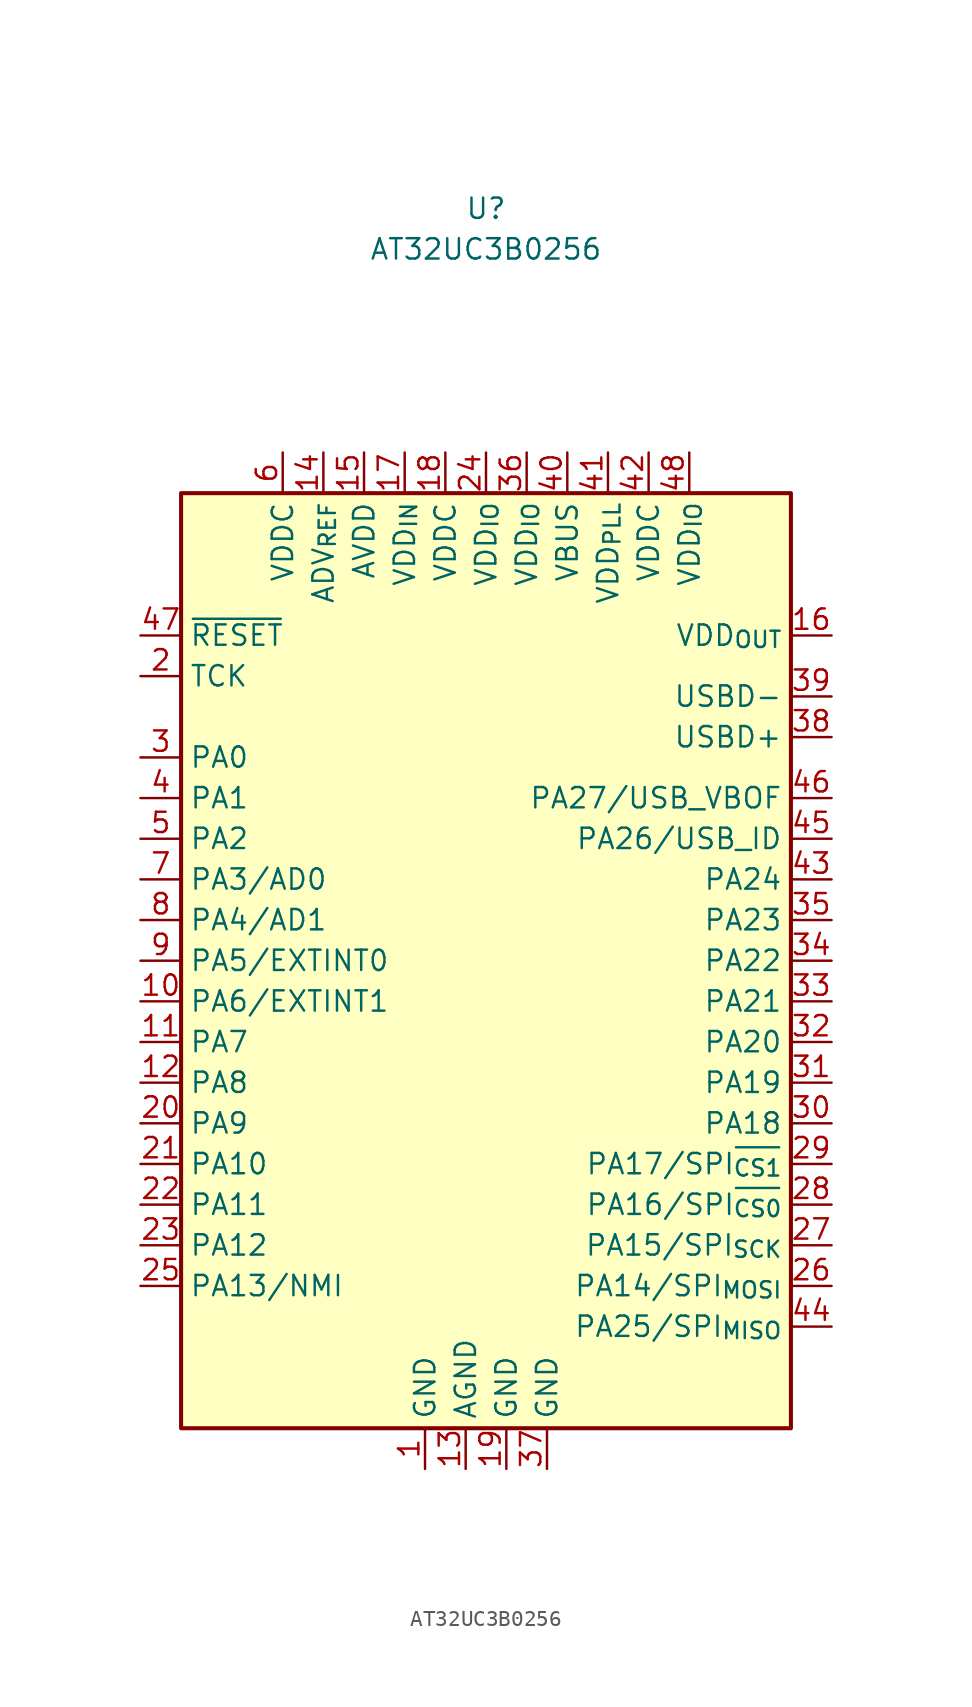
<source format=kicad_sym>
(kicad_symbol_lib
  (version 20211014)
  (generator kicad_symbol_editor)
  (symbol "AT32UC3B0256"
    (property "Reference" "U"
      (at 0 48.26 0)
      (effects (font (size 1.27 1.27))))
    (property "Value" "AT32UC3B0256"
      (at 0 45.72 0)
      (effects (font (size 1.27 1.27))))
    (symbol "AT32UC3B0256_0_1"
      (rectangle (start -19.05 30.48) (end 19.05 -27.94) (stroke (width 0.254) (type default) (color 0 0 0 0)) (fill (type background))))
    (symbol "AT32UC3B0256_1_1"
      (pin power_in line (at -3.81 -30.48 90) (length 2.54) (name "GND" (effects (font (size 1.27 1.27)))) (number "1" (effects (font (size 1.27 1.27)))))
      (pin bidirectional line (at -21.59 -1.27 0) (length 2.54) (name "PA6/EXTINT1" (effects (font (size 1.27 1.27)))) (number "10" (effects (font (size 1.27 1.27)))))
      (pin bidirectional line (at -21.59 -3.81 0) (length 2.54) (name "PA7" (effects (font (size 1.27 1.27)))) (number "11" (effects (font (size 1.27 1.27)))))
      (pin bidirectional line (at -21.59 -6.35 0) (length 2.54) (name "PA8" (effects (font (size 1.27 1.27)))) (number "12" (effects (font (size 1.27 1.27)))))
      (pin power_in line (at -1.27 -30.48 90) (length 2.54) (name "AGND" (effects (font (size 1.27 1.27)))) (number "13" (effects (font (size 1.27 1.27)))))
      (pin power_in line (at -10.16 33.02 270) (length 2.54) (name "ADV_{REF}" (effects (font (size 1.27 1.27)))) (number "14" (effects (font (size 1.27 1.27)))))
      (pin power_in line (at -7.62 33.02 270) (length 2.54) (name "AVDD" (effects (font (size 1.27 1.27)))) (number "15" (effects (font (size 1.27 1.27)))))
      (pin power_out line (at 21.59 21.59 180) (length 2.54) (name "VDD_{OUT}" (effects (font (size 1.27 1.27)))) (number "16" (effects (font (size 1.27 1.27)))))
      (pin power_in line (at -5.08 33.02 270) (length 2.54) (name "VDD_{IN}" (effects (font (size 1.27 1.27)))) (number "17" (effects (font (size 1.27 1.27)))))
      (pin power_in line (at -2.54 33.02 270) (length 2.54) (name "VDDC" (effects (font (size 1.27 1.27)))) (number "18" (effects (font (size 1.27 1.27)))))
      (pin power_in line (at 1.27 -30.48 90) (length 2.54) (name "GND" (effects (font (size 1.27 1.27)))) (number "19" (effects (font (size 1.27 1.27)))))
      (pin input line (at -21.59 19.05 0) (length 2.54) (name "TCK" (effects (font (size 1.27 1.27)))) (number "2" (effects (font (size 1.27 1.27)))))
      (pin bidirectional line (at -21.59 -8.89 0) (length 2.54) (name "PA9" (effects (font (size 1.27 1.27)))) (number "20" (effects (font (size 1.27 1.27)))))
      (pin bidirectional line (at -21.59 -11.43 0) (length 2.54) (name "PA10" (effects (font (size 1.27 1.27)))) (number "21" (effects (font (size 1.27 1.27)))))
      (pin bidirectional line (at -21.59 -13.97 0) (length 2.54) (name "PA11" (effects (font (size 1.27 1.27)))) (number "22" (effects (font (size 1.27 1.27)))))
      (pin bidirectional line (at -21.59 -16.51 0) (length 2.54) (name "PA12" (effects (font (size 1.27 1.27)))) (number "23" (effects (font (size 1.27 1.27)))))
      (pin power_in line (at 0 33.02 270) (length 2.54) (name "VDD_{IO}" (effects (font (size 1.27 1.27)))) (number "24" (effects (font (size 1.27 1.27)))))
      (pin bidirectional line (at -21.59 -19.05 0) (length 2.54) (name "PA13/NMI" (effects (font (size 1.27 1.27)))) (number "25" (effects (font (size 1.27 1.27)))))
      (pin bidirectional line (at 21.59 -19.05 180) (length 2.54) (name "PA14/SPI_{MOSI}" (effects (font (size 1.27 1.27)))) (number "26" (effects (font (size 1.27 1.27)))))
      (pin bidirectional line (at 21.59 -16.51 180) (length 2.54) (name "PA15/SPI_{SCK}" (effects (font (size 1.27 1.27)))) (number "27" (effects (font (size 1.27 1.27)))))
      (pin bidirectional line (at 21.59 -13.97 180) (length 2.54) (name "PA16/SPI_{~{CS0}}" (effects (font (size 1.27 1.27)))) (number "28" (effects (font (size 1.27 1.27)))))
      (pin bidirectional line (at 21.59 -11.43 180) (length 2.54) (name "PA17/SPI_{~{CS1}}" (effects (font (size 1.27 1.27)))) (number "29" (effects (font (size 1.27 1.27)))))
      (pin bidirectional line (at -21.59 13.97 0) (length 2.54) (name "PA0" (effects (font (size 1.27 1.27)))) (number "3" (effects (font (size 1.27 1.27)))))
      (pin bidirectional line (at 21.59 -8.89 180) (length 2.54) (name "PA18" (effects (font (size 1.27 1.27)))) (number "30" (effects (font (size 1.27 1.27)))))
      (pin bidirectional line (at 21.59 -6.35 180) (length 2.54) (name "PA19" (effects (font (size 1.27 1.27)))) (number "31" (effects (font (size 1.27 1.27)))))
      (pin bidirectional line (at 21.59 -3.81 180) (length 2.54) (name "PA20" (effects (font (size 1.27 1.27)))) (number "32" (effects (font (size 1.27 1.27)))))
      (pin bidirectional line (at 21.59 -1.27 180) (length 2.54) (name "PA21" (effects (font (size 1.27 1.27)))) (number "33" (effects (font (size 1.27 1.27)))))
      (pin bidirectional line (at 21.59 1.27 180) (length 2.54) (name "PA22" (effects (font (size 1.27 1.27)))) (number "34" (effects (font (size 1.27 1.27)))))
      (pin bidirectional line (at 21.59 3.81 180) (length 2.54) (name "PA23" (effects (font (size 1.27 1.27)))) (number "35" (effects (font (size 1.27 1.27)))))
      (pin power_in line (at 2.54 33.02 270) (length 2.54) (name "VDD_{IO}" (effects (font (size 1.27 1.27)))) (number "36" (effects (font (size 1.27 1.27)))))
      (pin power_in line (at 3.81 -30.48 90) (length 2.54) (name "GND" (effects (font (size 1.27 1.27)))) (number "37" (effects (font (size 1.27 1.27)))))
      (pin bidirectional line (at 21.59 15.24 180) (length 2.54) (name "USBD+" (effects (font (size 1.27 1.27)))) (number "38" (effects (font (size 1.27 1.27)))))
      (pin bidirectional line (at 21.59 17.78 180) (length 2.54) (name "USBD-" (effects (font (size 1.27 1.27)))) (number "39" (effects (font (size 1.27 1.27)))))
      (pin bidirectional line (at -21.59 11.43 0) (length 2.54) (name "PA1" (effects (font (size 1.27 1.27)))) (number "4" (effects (font (size 1.27 1.27)))))
      (pin power_in line (at 5.08 33.02 270) (length 2.54) (name "VBUS" (effects (font (size 1.27 1.27)))) (number "40" (effects (font (size 1.27 1.27)))))
      (pin power_in line (at 7.62 33.02 270) (length 2.54) (name "VDD_{PLL}" (effects (font (size 1.27 1.27)))) (number "41" (effects (font (size 1.27 1.27)))))
      (pin power_in line (at 10.16 33.02 270) (length 2.54) (name "VDDC" (effects (font (size 1.27 1.27)))) (number "42" (effects (font (size 1.27 1.27)))))
      (pin bidirectional line (at 21.59 6.35 180) (length 2.54) (name "PA24" (effects (font (size 1.27 1.27)))) (number "43" (effects (font (size 1.27 1.27)))))
      (pin bidirectional line (at 21.59 -21.59 180) (length 2.54) (name "PA25/SPI_{MISO}" (effects (font (size 1.27 1.27)))) (number "44" (effects (font (size 1.27 1.27)))))
      (pin bidirectional line (at 21.59 8.89 180) (length 2.54) (name "PA26/USB_ID" (effects (font (size 1.27 1.27)))) (number "45" (effects (font (size 1.27 1.27)))))
      (pin output line (at 21.59 11.43 180) (length 2.54) (name "PA27/USB_VBOF" (effects (font (size 1.27 1.27)))) (number "46" (effects (font (size 1.27 1.27)))))
      (pin input line (at -21.59 21.59 0) (length 2.54) (name "~{RESET}" (effects (font (size 1.27 1.27)))) (number "47" (effects (font (size 1.27 1.27)))))
      (pin power_in line (at 12.7 33.02 270) (length 2.54) (name "VDD_{IO}" (effects (font (size 1.27 1.27)))) (number "48" (effects (font (size 1.27 1.27)))))
      (pin bidirectional line (at -21.59 8.89 0) (length 2.54) (name "PA2" (effects (font (size 1.27 1.27)))) (number "5" (effects (font (size 1.27 1.27)))))
      (pin power_in line (at -12.7 33.02 270) (length 2.54) (name "VDDC" (effects (font (size 1.27 1.27)))) (number "6" (effects (font (size 1.27 1.27)))))
      (pin bidirectional line (at -21.59 6.35 0) (length 2.54) (name "PA3/AD0" (effects (font (size 1.27 1.27)))) (number "7" (effects (font (size 1.27 1.27)))))
      (pin bidirectional line (at -21.59 3.81 0) (length 2.54) (name "PA4/AD1" (effects (font (size 1.27 1.27)))) (number "8" (effects (font (size 1.27 1.27)))))
      (pin bidirectional line (at -21.59 1.27 0) (length 2.54) (name "PA5/EXTINT0" (effects (font (size 1.27 1.27)))) (number "9" (effects (font (size 1.27 1.27))))))))
</source>
